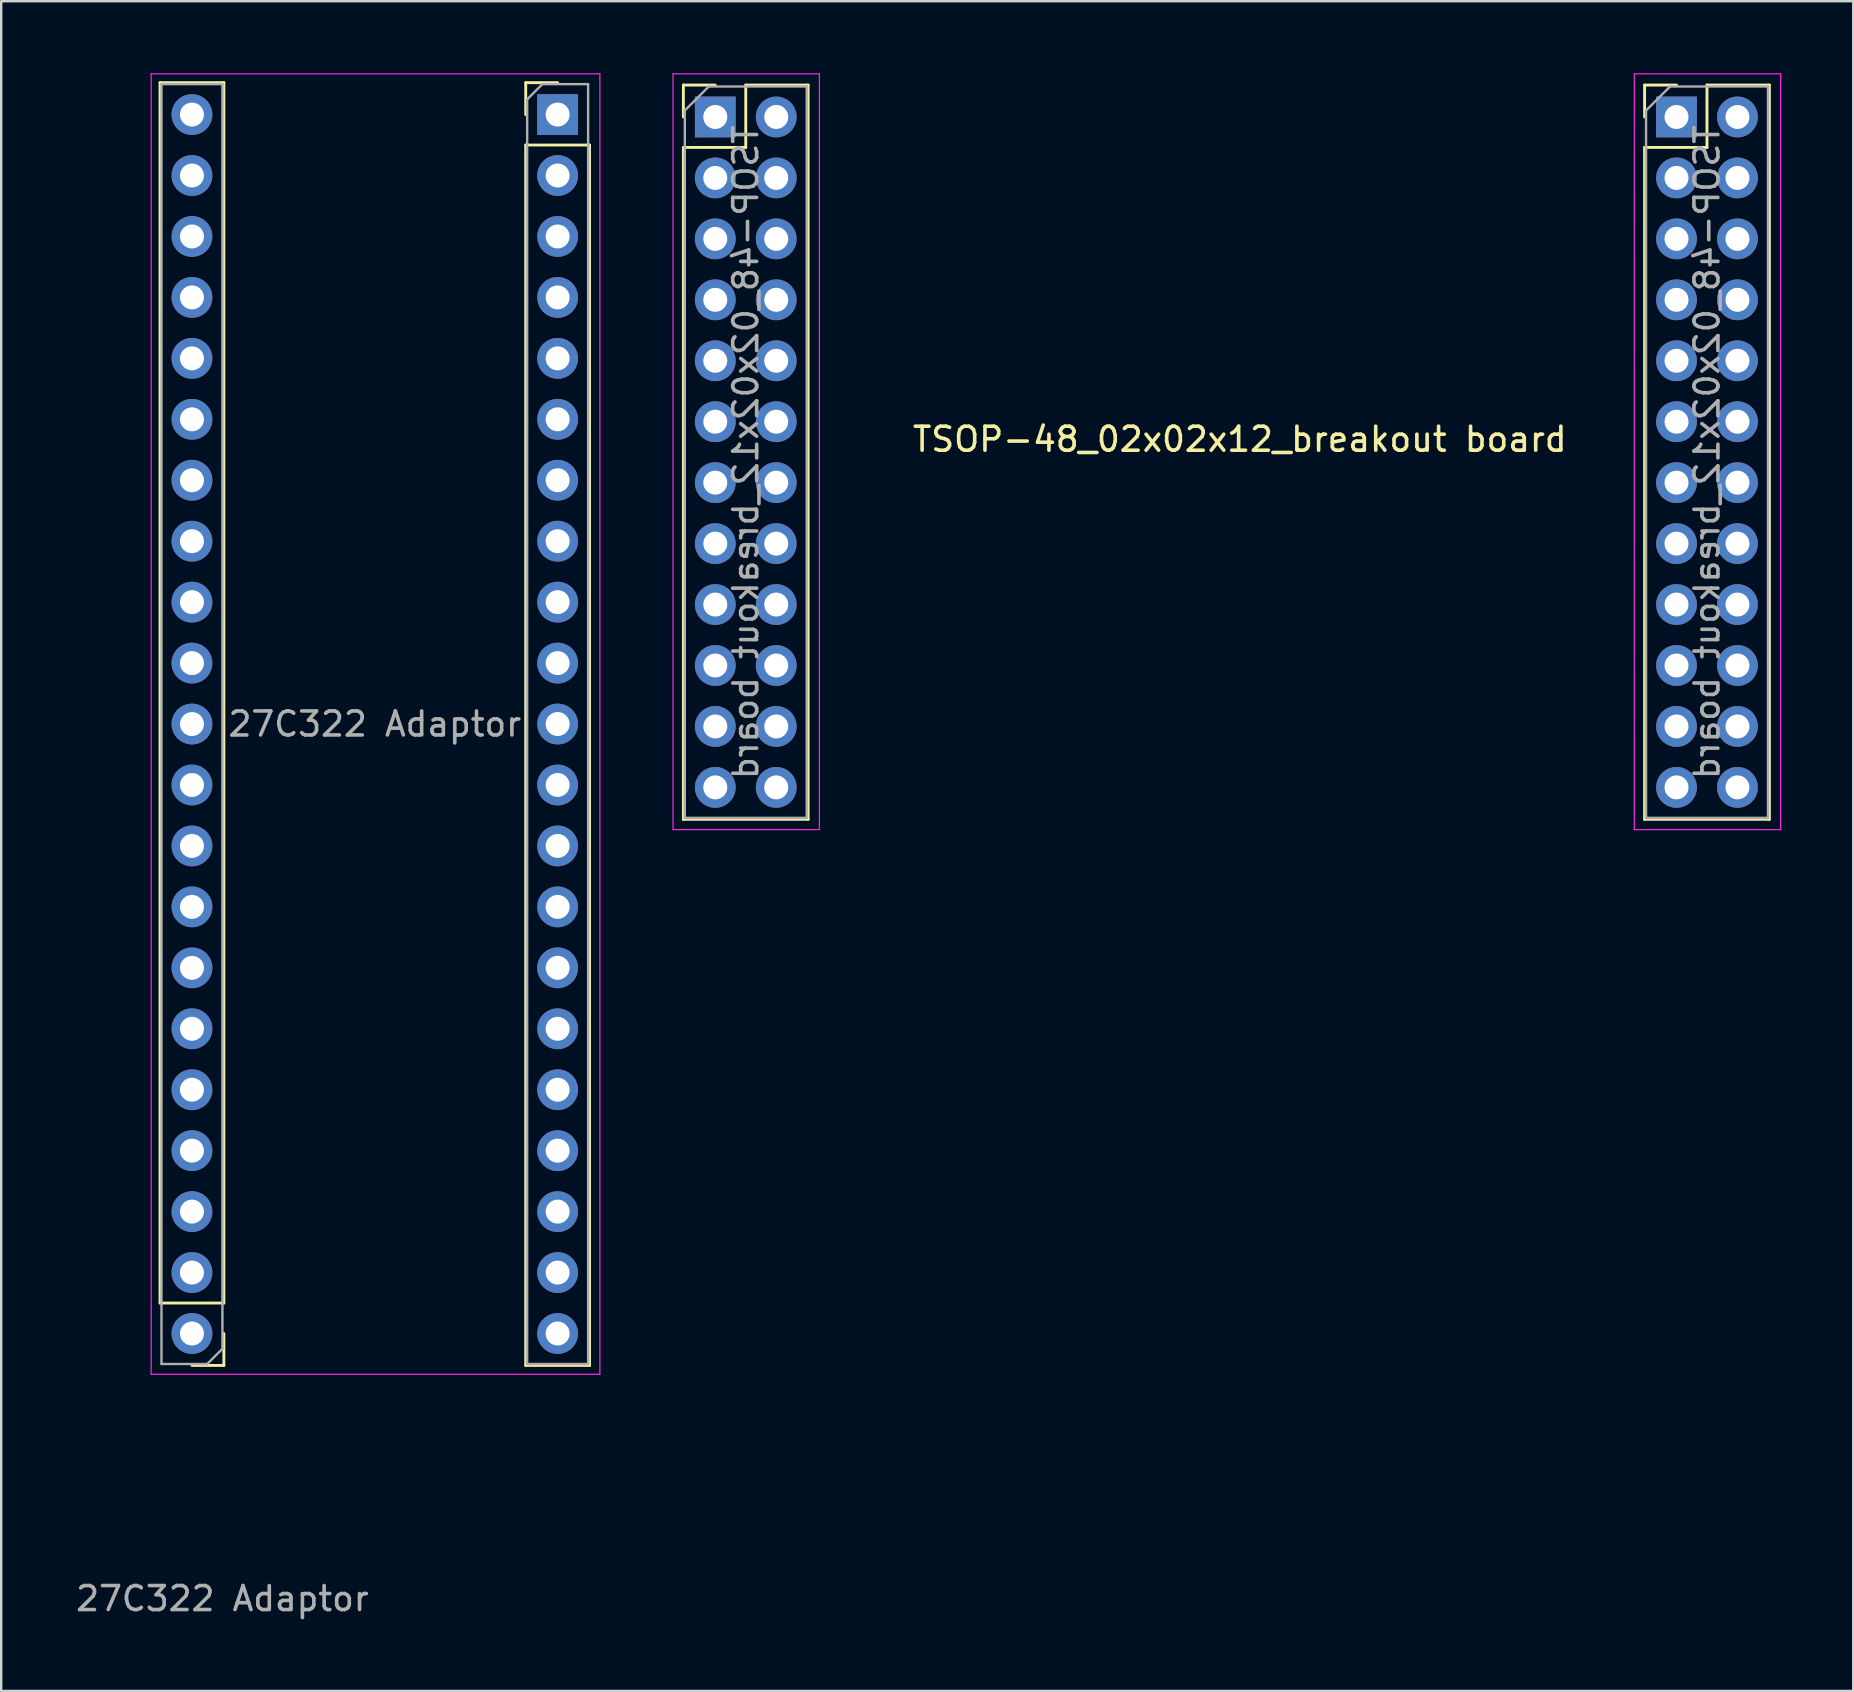
<source format=kicad_pcb>
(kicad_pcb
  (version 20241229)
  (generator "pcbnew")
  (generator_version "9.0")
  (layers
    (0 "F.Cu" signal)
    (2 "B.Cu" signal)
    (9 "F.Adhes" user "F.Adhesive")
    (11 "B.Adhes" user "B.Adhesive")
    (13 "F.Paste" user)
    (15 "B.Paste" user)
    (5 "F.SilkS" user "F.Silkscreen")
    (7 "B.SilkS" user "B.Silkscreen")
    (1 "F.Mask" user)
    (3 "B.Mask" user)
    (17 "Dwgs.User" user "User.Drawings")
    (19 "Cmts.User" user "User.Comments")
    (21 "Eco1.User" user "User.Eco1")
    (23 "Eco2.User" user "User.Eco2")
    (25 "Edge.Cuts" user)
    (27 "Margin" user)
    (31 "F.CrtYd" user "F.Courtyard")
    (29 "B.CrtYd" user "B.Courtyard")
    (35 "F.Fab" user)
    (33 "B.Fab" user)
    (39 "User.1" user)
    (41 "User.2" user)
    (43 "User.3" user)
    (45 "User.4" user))
  (footprint "27C322 Adaptor"
    (layer "F.Cu")
    (at 4.95 1.725)
    (property "Reference" "27C322 Adaptor" (at 1.27 61.849 0) (layer "F.Fab") (effects (font (size 1 1) (thickness 0.15))))
    (attr through_hole)
    (fp_line (start -1.33 49.53) (end -1.33 -1.33) (stroke (width 0.12) (type solid)) (layer "F.SilkS"))
    (fp_line (start 1.33 -1.33) (end -1.33 -1.33) (stroke (width 0.12) (type solid)) (layer "F.SilkS"))
    (fp_line (start 1.33 49.53) (end -1.33 49.53) (stroke (width 0.12) (type solid)) (layer "F.SilkS"))
    (fp_line (start 1.33 49.53) (end 1.33 -1.33) (stroke (width 0.12) (type solid)) (layer "F.SilkS"))
    (fp_line (start 1.33 50.8) (end 1.33 52.13) (stroke (width 0.12) (type solid)) (layer "F.SilkS"))
    (fp_line (start 1.33 52.13) (end 0 52.13) (stroke (width 0.12) (type solid)) (layer "F.SilkS"))
    (fp_line (start 13.91 -1.33) (end 15.24 -1.33) (stroke (width 0.12) (type solid)) (layer "F.SilkS"))
    (fp_line (start 13.91 0) (end 13.91 -1.33) (stroke (width 0.12) (type solid)) (layer "F.SilkS"))
    (fp_line (start 13.91 1.27) (end 13.91 52.13) (stroke (width 0.12) (type solid)) (layer "F.SilkS"))
    (fp_line (start 13.91 1.27) (end 16.57 1.27) (stroke (width 0.12) (type solid)) (layer "F.SilkS"))
    (fp_line (start 13.91 52.13) (end 16.57 52.13) (stroke (width 0.12) (type solid)) (layer "F.SilkS"))
    (fp_line (start 16.57 1.27) (end 16.57 52.13) (stroke (width 0.12) (type solid)) (layer "F.SilkS"))
    (fp_line (start -1.7 -1.7) (end -1.7 52.5) (stroke (width 0.05) (type solid)) (layer "F.CrtYd"))
    (fp_line (start -1.7 52.5) (end 17 52.5) (stroke (width 0.05) (type solid)) (layer "F.CrtYd"))
    (fp_line (start 17 -1.7) (end -1.7 -1.7) (stroke (width 0.05) (type solid)) (layer "F.CrtYd"))
    (fp_line (start 17 52.5) (end 17 -1.7) (stroke (width 0.05) (type solid)) (layer "F.CrtYd"))
    (fp_line (start -1.27 -1.27) (end 1.27 -1.27) (stroke (width 0.1) (type solid)) (layer "F.Fab"))
    (fp_line (start -1.27 52.07) (end -1.27 -1.27) (stroke (width 0.1) (type solid)) (layer "F.Fab"))
    (fp_line (start 0.635 52.07) (end -1.27 52.07) (stroke (width 0.1) (type solid)) (layer "F.Fab"))
    (fp_line (start 1.27 -1.27) (end 1.27 51.435) (stroke (width 0.1) (type solid)) (layer "F.Fab"))
    (fp_line (start 1.27 51.435) (end 0.635 52.07) (stroke (width 0.1) (type solid)) (layer "F.Fab"))
    (fp_line (start 13.97 -0.635) (end 14.605 -1.27) (stroke (width 0.1) (type solid)) (layer "F.Fab"))
    (fp_line (start 13.97 52.07) (end 13.97 -0.635) (stroke (width 0.1) (type solid)) (layer "F.Fab"))
    (fp_line (start 14.605 -1.27) (end 16.51 -1.27) (stroke (width 0.1) (type solid)) (layer "F.Fab"))
    (fp_line (start 16.51 -1.27) (end 16.51 52.07) (stroke (width 0.1) (type solid)) (layer "F.Fab"))
    (fp_line (start 16.51 52.07) (end 13.97 52.07) (stroke (width 0.1) (type solid)) (layer "F.Fab"))
    (fp_text user "${REFERENCE}" (at 7.62 25.4 0) (layer "F.Fab") (effects (font (size 1 1) (thickness 0.15))))
    (pad "1" thru_hole rect (at 15.24 0) (size 1.7 1.7) (drill 1) (layers "*.Cu" "*.Mask"))
    (pad "2" thru_hole oval (at 15.24 2.54) (size 1.7 1.7) (drill 1) (layers "*.Cu" "*.Mask"))
    (pad "3" thru_hole oval (at 15.24 5.08) (size 1.7 1.7) (drill 1) (layers "*.Cu" "*.Mask"))
    (pad "4" thru_hole oval (at 15.24 7.62) (size 1.7 1.7) (drill 1) (layers "*.Cu" "*.Mask"))
    (pad "5" thru_hole oval (at 15.24 10.16) (size 1.7 1.7) (drill 1) (layers "*.Cu" "*.Mask"))
    (pad "6" thru_hole oval (at 15.24 12.7) (size 1.7 1.7) (drill 1) (layers "*.Cu" "*.Mask"))
    (pad "7" thru_hole oval (at 15.24 15.24) (size 1.7 1.7) (drill 1) (layers "*.Cu" "*.Mask"))
    (pad "8" thru_hole oval (at 15.24 17.78) (size 1.7 1.7) (drill 1) (layers "*.Cu" "*.Mask"))
    (pad "9" thru_hole oval (at 15.24 20.32) (size 1.7 1.7) (drill 1) (layers "*.Cu" "*.Mask"))
    (pad "10" thru_hole oval (at 15.24 22.86) (size 1.7 1.7) (drill 1) (layers "*.Cu" "*.Mask"))
    (pad "11" thru_hole oval (at 15.24 25.4) (size 1.7 1.7) (drill 1) (layers "*.Cu" "*.Mask"))
    (pad "12" thru_hole oval (at 15.24 27.94) (size 1.7 1.7) (drill 1) (layers "*.Cu" "*.Mask"))
    (pad "13" thru_hole oval (at 15.24 30.48) (size 1.7 1.7) (drill 1) (layers "*.Cu" "*.Mask"))
    (pad "14" thru_hole oval (at 15.24 33.02) (size 1.7 1.7) (drill 1) (layers "*.Cu" "*.Mask"))
    (pad "15" thru_hole oval (at 15.24 35.56) (size 1.7 1.7) (drill 1) (layers "*.Cu" "*.Mask"))
    (pad "16" thru_hole oval (at 15.24 38.1) (size 1.7 1.7) (drill 1) (layers "*.Cu" "*.Mask"))
    (pad "17" thru_hole oval (at 15.24 40.64) (size 1.7 1.7) (drill 1) (layers "*.Cu" "*.Mask"))
    (pad "18" thru_hole oval (at 15.24 43.18) (size 1.7 1.7) (drill 1) (layers "*.Cu" "*.Mask"))
    (pad "19" thru_hole oval (at 15.24 45.72) (size 1.7 1.7) (drill 1) (layers "*.Cu" "*.Mask"))
    (pad "20" thru_hole oval (at 15.24 48.26) (size 1.7 1.7) (drill 1) (layers "*.Cu" "*.Mask"))
    (pad "21" thru_hole oval (at 15.24 50.8) (size 1.7 1.7) (drill 1) (layers "*.Cu" "*.Mask"))
    (pad "22" thru_hole oval (at 0 50.8) (size 1.7 1.7) (drill 1) (layers "*.Cu" "*.Mask"))
    (pad "23" thru_hole oval (at 0 48.26) (size 1.7 1.7) (drill 1) (layers "*.Cu" "*.Mask"))
    (pad "24" thru_hole oval (at 0 45.72) (size 1.7 1.7) (drill 1) (layers "*.Cu" "*.Mask"))
    (pad "25" thru_hole oval (at 0 43.18) (size 1.7 1.7) (drill 1) (layers "*.Cu" "*.Mask"))
    (pad "26" thru_hole oval (at 0 40.64) (size 1.7 1.7) (drill 1) (layers "*.Cu" "*.Mask"))
    (pad "27" thru_hole oval (at 0 38.1) (size 1.7 1.7) (drill 1) (layers "*.Cu" "*.Mask"))
    (pad "28" thru_hole oval (at 0 35.56) (size 1.7 1.7) (drill 1) (layers "*.Cu" "*.Mask"))
    (pad "29" thru_hole oval (at 0 33.02) (size 1.7 1.7) (drill 1) (layers "*.Cu" "*.Mask"))
    (pad "30" thru_hole oval (at 0 30.48) (size 1.7 1.7) (drill 1) (layers "*.Cu" "*.Mask"))
    (pad "31" thru_hole oval (at 0 27.94) (size 1.7 1.7) (drill 1) (layers "*.Cu" "*.Mask"))
    (pad "32" thru_hole oval (at 0 25.4) (size 1.7 1.7) (drill 1) (layers "*.Cu" "*.Mask"))
    (pad "33" thru_hole oval (at 0 22.86) (size 1.7 1.7) (drill 1) (layers "*.Cu" "*.Mask"))
    (pad "34" thru_hole oval (at 0 20.32) (size 1.7 1.7) (drill 1) (layers "*.Cu" "*.Mask"))
    (pad "35" thru_hole oval (at 0 17.78) (size 1.7 1.7) (drill 1) (layers "*.Cu" "*.Mask"))
    (pad "36" thru_hole oval (at 0 15.24) (size 1.7 1.7) (drill 1) (layers "*.Cu" "*.Mask"))
    (pad "37" thru_hole oval (at 0 12.7) (size 1.7 1.7) (drill 1) (layers "*.Cu" "*.Mask"))
    (pad "38" thru_hole oval (at 0 10.16) (size 1.7 1.7) (drill 1) (layers "*.Cu" "*.Mask"))
    (pad "39" thru_hole oval (at 0 7.62) (size 1.7 1.7) (drill 1) (layers "*.Cu" "*.Mask"))
    (pad "40" thru_hole oval (at 0 5.08) (size 1.7 1.7) (drill 1) (layers "*.Cu" "*.Mask"))
    (pad "41" thru_hole oval (at 0 2.54) (size 1.7 1.7) (drill 1) (layers "*.Cu" "*.Mask"))
    (pad "42" thru_hole oval (at 0 0) (size 1.7 1.7) (drill 1) (layers "*.Cu" "*.Mask")))
  (footprint "TSOP-48_02x02x12_breakout board"
    (layer "F.Cu")
    (at 48.618 15.767)
    (property "Reference" "TSOP-48_02x02x12_breakout board" (at 0 -0.51 0) (unlocked yes) (layer "F.SilkS") (effects (font (size 1 1) (thickness 0.15))))
    (attr through_hole)
    (fp_line (start -23.188 -15.272) (end -23.188 -13.942) (stroke (width 0.12) (type solid)) (layer "F.SilkS"))
    (fp_line (start -23.188 -12.672) (end -23.188 15.328) (stroke (width 0.12) (type solid)) (layer "F.SilkS"))
    (fp_line (start -21.858 -15.272) (end -23.188 -15.272) (stroke (width 0.12) (type solid)) (layer "F.SilkS"))
    (fp_line (start -20.588 -15.272) (end -20.588 -12.672) (stroke (width 0.12) (type solid)) (layer "F.SilkS"))
    (fp_line (start -20.588 -12.672) (end -23.188 -12.672) (stroke (width 0.12) (type solid)) (layer "F.SilkS"))
    (fp_line (start -17.988 -15.272) (end -20.588 -15.272) (stroke (width 0.12) (type solid)) (layer "F.SilkS"))
    (fp_line (start -17.988 -15.272) (end -17.988 15.328) (stroke (width 0.12) (type solid)) (layer "F.SilkS"))
    (fp_line (start -17.988 15.328) (end -23.188 15.328) (stroke (width 0.12) (type solid)) (layer "F.SilkS"))
    (fp_line (start 16.872 -15.272) (end 16.872 -13.942) (stroke (width 0.12) (type solid)) (layer "F.SilkS"))
    (fp_line (start 16.872 -12.672) (end 16.872 15.328) (stroke (width 0.12) (type solid)) (layer "F.SilkS"))
    (fp_line (start 18.202 -15.272) (end 16.872 -15.272) (stroke (width 0.12) (type solid)) (layer "F.SilkS"))
    (fp_line (start 19.472 -15.272) (end 19.472 -12.672) (stroke (width 0.12) (type solid)) (layer "F.SilkS"))
    (fp_line (start 19.472 -12.672) (end 16.872 -12.672) (stroke (width 0.12) (type solid)) (layer "F.SilkS"))
    (fp_line (start 22.072 -15.272) (end 19.472 -15.272) (stroke (width 0.12) (type solid)) (layer "F.SilkS"))
    (fp_line (start 22.072 -15.272) (end 22.072 15.328) (stroke (width 0.12) (type solid)) (layer "F.SilkS"))
    (fp_line (start 22.072 15.328) (end 16.872 15.328) (stroke (width 0.12) (type solid)) (layer "F.SilkS"))
    (fp_line (start -23.618 -15.742) (end -23.618 15.758) (stroke (width 0.05) (type solid)) (layer "F.CrtYd"))
    (fp_line (start -23.618 15.758) (end -17.518 15.758) (stroke (width 0.05) (type solid)) (layer "F.CrtYd"))
    (fp_line (start -17.518 -15.742) (end -23.618 -15.742) (stroke (width 0.05) (type solid)) (layer "F.CrtYd"))
    (fp_line (start -17.518 15.758) (end -17.518 -15.742) (stroke (width 0.05) (type solid)) (layer "F.CrtYd"))
    (fp_line (start 16.442 -15.742) (end 16.442 15.758) (stroke (width 0.05) (type solid)) (layer "F.CrtYd"))
    (fp_line (start 16.442 15.758) (end 22.542 15.758) (stroke (width 0.05) (type solid)) (layer "F.CrtYd"))
    (fp_line (start 22.542 -15.742) (end 16.442 -15.742) (stroke (width 0.05) (type solid)) (layer "F.CrtYd"))
    (fp_line (start 22.542 15.758) (end 22.542 -15.742) (stroke (width 0.05) (type solid)) (layer "F.CrtYd"))
    (fp_line (start -23.128 -14.212) (end -23.128 15.268) (stroke (width 0.1) (type solid)) (layer "F.Fab"))
    (fp_line (start -23.128 15.268) (end -18.048 15.268) (stroke (width 0.1) (type solid)) (layer "F.Fab"))
    (fp_line (start -22.128 -15.212) (end -23.128 -14.212) (stroke (width 0.1) (type solid)) (layer "F.Fab"))
    (fp_line (start -18.048 -15.212) (end -22.128 -15.212) (stroke (width 0.1) (type solid)) (layer "F.Fab"))
    (fp_line (start -18.048 15.268) (end -18.048 -15.212) (stroke (width 0.1) (type solid)) (layer "F.Fab"))
    (fp_line (start 16.932 -14.212) (end 16.932 15.268) (stroke (width 0.1) (type solid)) (layer "F.Fab"))
    (fp_line (start 16.932 15.268) (end 22.012 15.268) (stroke (width 0.1) (type solid)) (layer "F.Fab"))
    (fp_line (start 17.932 -15.212) (end 16.932 -14.212) (stroke (width 0.1) (type solid)) (layer "F.Fab"))
    (fp_line (start 22.012 -15.212) (end 17.932 -15.212) (stroke (width 0.1) (type solid)) (layer "F.Fab"))
    (fp_line (start 22.012 15.268) (end 22.012 -15.212) (stroke (width 0.1) (type solid)) (layer "F.Fab"))
    (fp_text user "${REFERENCE}" (at 19.472 0.028 90) (layer "F.Fab") (effects (font (size 1 1) (thickness 0.15)) (justify mirror)))
    (fp_text user "${REFERENCE}" (at -20.588 0.028 90) (layer "F.Fab") (effects (font (size 1 1) (thickness 0.15)) (justify mirror)))
    (pad "1" thru_hole rect (at -21.858 -13.942 180) (size 1.7 1.7) (drill 1) (layers "*.Cu" "*.Mask"))
    (pad "2" thru_hole oval (at -19.318 -13.942 180) (size 1.7 1.7) (drill 1) (layers "*.Cu" "*.Mask"))
    (pad "3" thru_hole oval (at -21.858 -11.402 180) (size 1.7 1.7) (drill 1) (layers "*.Cu" "*.Mask"))
    (pad "4" thru_hole oval (at -19.318 -11.402 180) (size 1.7 1.7) (drill 1) (layers "*.Cu" "*.Mask"))
    (pad "5" thru_hole oval (at -21.858 -8.862 180) (size 1.7 1.7) (drill 1) (layers "*.Cu" "*.Mask"))
    (pad "6" thru_hole oval (at -19.318 -8.862 180) (size 1.7 1.7) (drill 1) (layers "*.Cu" "*.Mask"))
    (pad "7" thru_hole oval (at -21.858 -6.322 180) (size 1.7 1.7) (drill 1) (layers "*.Cu" "*.Mask"))
    (pad "8" thru_hole oval (at -19.318 -6.322 180) (size 1.7 1.7) (drill 1) (layers "*.Cu" "*.Mask"))
    (pad "9" thru_hole oval (at -21.858 -3.782 180) (size 1.7 1.7) (drill 1) (layers "*.Cu" "*.Mask"))
    (pad "10" thru_hole oval (at -19.318 -3.782 180) (size 1.7 1.7) (drill 1) (layers "*.Cu" "*.Mask"))
    (pad "11" thru_hole oval (at -21.858 -1.242 180) (size 1.7 1.7) (drill 1) (layers "*.Cu" "*.Mask"))
    (pad "12" thru_hole oval (at -19.318 -1.242 180) (size 1.7 1.7) (drill 1) (layers "*.Cu" "*.Mask"))
    (pad "13" thru_hole oval (at -21.858 1.298 180) (size 1.7 1.7) (drill 1) (layers "*.Cu" "*.Mask"))
    (pad "14" thru_hole oval (at -19.318 1.298 180) (size 1.7 1.7) (drill 1) (layers "*.Cu" "*.Mask"))
    (pad "15" thru_hole oval (at -21.858 3.838 180) (size 1.7 1.7) (drill 1) (layers "*.Cu" "*.Mask"))
    (pad "16" thru_hole oval (at -19.318 3.838 180) (size 1.7 1.7) (drill 1) (layers "*.Cu" "*.Mask"))
    (pad "17" thru_hole oval (at -21.858 6.378 180) (size 1.7 1.7) (drill 1) (layers "*.Cu" "*.Mask"))
    (pad "18" thru_hole oval (at -19.318 6.378 180) (size 1.7 1.7) (drill 1) (layers "*.Cu" "*.Mask"))
    (pad "19" thru_hole oval (at -21.858 8.918 180) (size 1.7 1.7) (drill 1) (layers "*.Cu" "*.Mask"))
    (pad "20" thru_hole oval (at -19.318 8.918 180) (size 1.7 1.7) (drill 1) (layers "*.Cu" "*.Mask"))
    (pad "21" thru_hole oval (at -21.858 11.458 180) (size 1.7 1.7) (drill 1) (layers "*.Cu" "*.Mask"))
    (pad "22" thru_hole oval (at -19.318 11.458 180) (size 1.7 1.7) (drill 1) (layers "*.Cu" "*.Mask"))
    (pad "23" thru_hole oval (at -21.858 13.998 180) (size 1.7 1.7) (drill 1) (layers "*.Cu" "*.Mask"))
    (pad "24" thru_hole oval (at -19.318 13.998 180) (size 1.7 1.7) (drill 1) (layers "*.Cu" "*.Mask"))
    (pad "25" thru_hole oval (at 20.742 13.998 180) (size 1.7 1.7) (drill 1) (layers "*.Cu" "*.Mask"))
    (pad "26" thru_hole oval (at 18.202 13.998 180) (size 1.7 1.7) (drill 1) (layers "*.Cu" "*.Mask"))
    (pad "27" thru_hole oval (at 20.742 11.458 180) (size 1.7 1.7) (drill 1) (layers "*.Cu" "*.Mask"))
    (pad "28" thru_hole oval (at 18.202 11.458 180) (size 1.7 1.7) (drill 1) (layers "*.Cu" "*.Mask"))
    (pad "29" thru_hole oval (at 20.742 8.918 180) (size 1.7 1.7) (drill 1) (layers "*.Cu" "*.Mask"))
    (pad "30" thru_hole oval (at 18.202 8.918 180) (size 1.7 1.7) (drill 1) (layers "*.Cu" "*.Mask"))
    (pad "31" thru_hole oval (at 20.742 6.378 180) (size 1.7 1.7) (drill 1) (layers "*.Cu" "*.Mask"))
    (pad "32" thru_hole oval (at 18.202 6.378 180) (size 1.7 1.7) (drill 1) (layers "*.Cu" "*.Mask"))
    (pad "33" thru_hole oval (at 20.742 3.838 180) (size 1.7 1.7) (drill 1) (layers "*.Cu" "*.Mask"))
    (pad "34" thru_hole oval (at 18.202 3.838 180) (size 1.7 1.7) (drill 1) (layers "*.Cu" "*.Mask"))
    (pad "35" thru_hole oval (at 20.742 1.298 180) (size 1.7 1.7) (drill 1) (layers "*.Cu" "*.Mask"))
    (pad "36" thru_hole oval (at 18.202 1.298 180) (size 1.7 1.7) (drill 1) (layers "*.Cu" "*.Mask"))
    (pad "37" thru_hole oval (at 20.742 -1.242 180) (size 1.7 1.7) (drill 1) (layers "*.Cu" "*.Mask"))
    (pad "38" thru_hole oval (at 18.202 -1.242 180) (size 1.7 1.7) (drill 1) (layers "*.Cu" "*.Mask"))
    (pad "39" thru_hole oval (at 20.742 -3.782 180) (size 1.7 1.7) (drill 1) (layers "*.Cu" "*.Mask"))
    (pad "40" thru_hole oval (at 18.202 -3.782 180) (size 1.7 1.7) (drill 1) (layers "*.Cu" "*.Mask"))
    (pad "41" thru_hole oval (at 20.742 -6.322 180) (size 1.7 1.7) (drill 1) (layers "*.Cu" "*.Mask"))
    (pad "42" thru_hole oval (at 18.202 -6.322 180) (size 1.7 1.7) (drill 1) (layers "*.Cu" "*.Mask"))
    (pad "43" thru_hole oval (at 20.742 -8.862 180) (size 1.7 1.7) (drill 1) (layers "*.Cu" "*.Mask"))
    (pad "44" thru_hole oval (at 18.202 -8.862 180) (size 1.7 1.7) (drill 1) (layers "*.Cu" "*.Mask"))
    (pad "45" thru_hole oval (at 20.742 -11.402 180) (size 1.7 1.7) (drill 1) (layers "*.Cu" "*.Mask"))
    (pad "46" thru_hole oval (at 18.202 -11.402 180) (size 1.7 1.7) (drill 1) (layers "*.Cu" "*.Mask"))
    (pad "47" thru_hole oval (at 20.742 -13.942 180) (size 1.7 1.7) (drill 1) (layers "*.Cu" "*.Mask"))
    (pad "48" thru_hole rect (at 18.202 -13.942 180) (size 1.7 1.7) (drill 1) (layers "*.Cu" "*.Mask")))
  (gr_rect
    (start -3 -3)
    (end 74.185 67.422)
    (stroke (width 0.1) (type default))
    (fill no)
    (layer "Edge.Cuts")))
</source>
